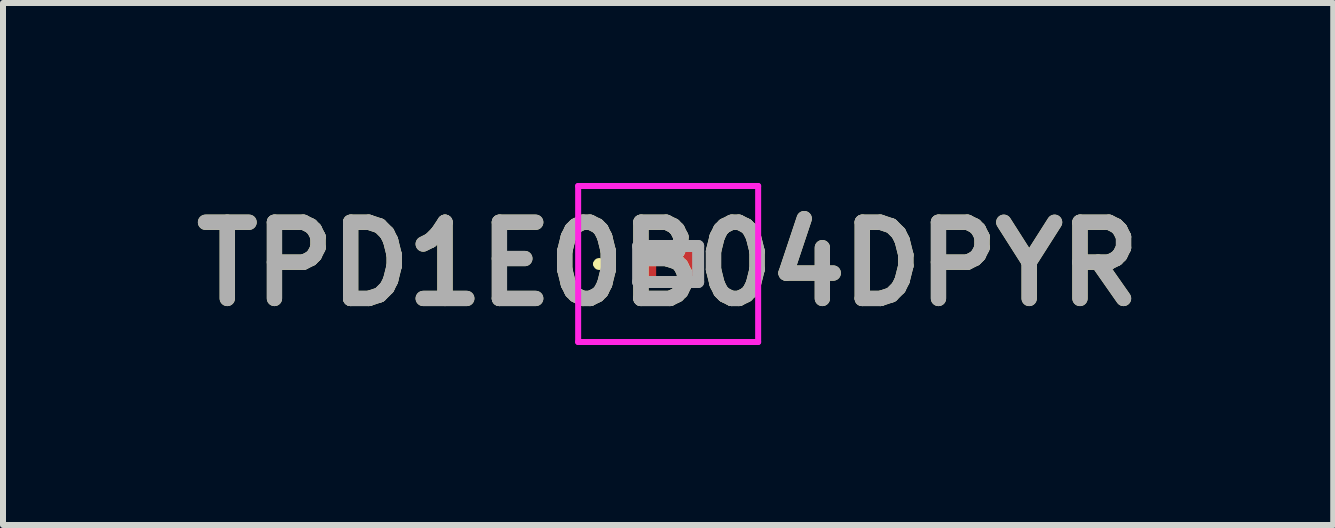
<source format=kicad_pcb>
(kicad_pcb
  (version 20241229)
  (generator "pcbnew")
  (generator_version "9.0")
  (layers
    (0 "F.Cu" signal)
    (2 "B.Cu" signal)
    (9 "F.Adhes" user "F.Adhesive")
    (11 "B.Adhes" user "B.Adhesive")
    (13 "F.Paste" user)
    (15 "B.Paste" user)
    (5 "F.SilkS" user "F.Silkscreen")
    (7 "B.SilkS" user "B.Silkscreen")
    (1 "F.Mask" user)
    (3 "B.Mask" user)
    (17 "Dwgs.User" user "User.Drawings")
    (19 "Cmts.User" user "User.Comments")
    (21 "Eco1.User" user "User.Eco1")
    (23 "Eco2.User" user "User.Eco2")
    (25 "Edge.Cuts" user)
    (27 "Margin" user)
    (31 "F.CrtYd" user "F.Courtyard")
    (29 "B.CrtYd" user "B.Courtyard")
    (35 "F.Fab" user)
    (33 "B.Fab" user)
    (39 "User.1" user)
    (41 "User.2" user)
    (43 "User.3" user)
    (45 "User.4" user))
  (footprint "TPD1E0B04DPYR"
    (layer "F.Cu")
    (at 8.086 1.35)
    (property "Reference" "TPD1E0B04DPYR" (at 0 0 0) (layer "F.SilkS") (effects (font (size 1.27 1.27) (thickness 0.254))))
    (attr smd)
    (fp_line (start -1.2 0) (end -1.2 0) (stroke (width 0.1) (type solid)) (layer "F.SilkS"))
    (fp_line (start -1.1 0) (end -1.1 0) (stroke (width 0.1) (type solid)) (layer "F.SilkS"))
    (fp_arc (start -1.2 0) (mid -1.15 -0.05) (end -1.1 0) (stroke (width 0.1) (type solid)) (layer "F.SilkS"))
    (fp_arc (start -1.1 0) (mid -1.15 0.05) (end -1.2 0) (stroke (width 0.1) (type solid)) (layer "F.SilkS"))
    (fp_line (start -1.5 -1.3) (end 1.5 -1.3) (stroke (width 0.1) (type solid)) (layer "F.CrtYd"))
    (fp_line (start -1.5 1.3) (end -1.5 -1.3) (stroke (width 0.1) (type solid)) (layer "F.CrtYd"))
    (fp_line (start 1.5 -1.3) (end 1.5 1.3) (stroke (width 0.1) (type solid)) (layer "F.CrtYd"))
    (fp_line (start 1.5 1.3) (end -1.5 1.3) (stroke (width 0.1) (type solid)) (layer "F.CrtYd"))
    (fp_line (start -0.5 -0.3) (end 0.5 -0.3) (stroke (width 0.2) (type solid)) (layer "F.Fab"))
    (fp_line (start -0.5 0.3) (end -0.5 -0.3) (stroke (width 0.2) (type solid)) (layer "F.Fab"))
    (fp_line (start 0.5 -0.3) (end 0.5 0.3) (stroke (width 0.2) (type solid)) (layer "F.Fab"))
    (fp_line (start 0.5 0.3) (end -0.5 0.3) (stroke (width 0.2) (type solid)) (layer "F.Fab"))
    (fp_text user "${REFERENCE}" (at 0 0 0) (layer "F.Fab") (effects (font (size 1.27 1.27) (thickness 0.254))))
    (pad "1" smd rect (at -0.325 0) (size 0.25 0.5) (layers "F.Cu" "F.Mask" "F.Paste"))
    (pad "2" smd rect (at 0.325 0) (size 0.25 0.5) (layers "F.Cu" "F.Mask" "F.Paste")))
  (gr_rect
    (start -3 -3)
    (end 19.171 5.7)
    (stroke (width 0.1) (type default))
    (fill no)
    (layer "Edge.Cuts")))
</source>
